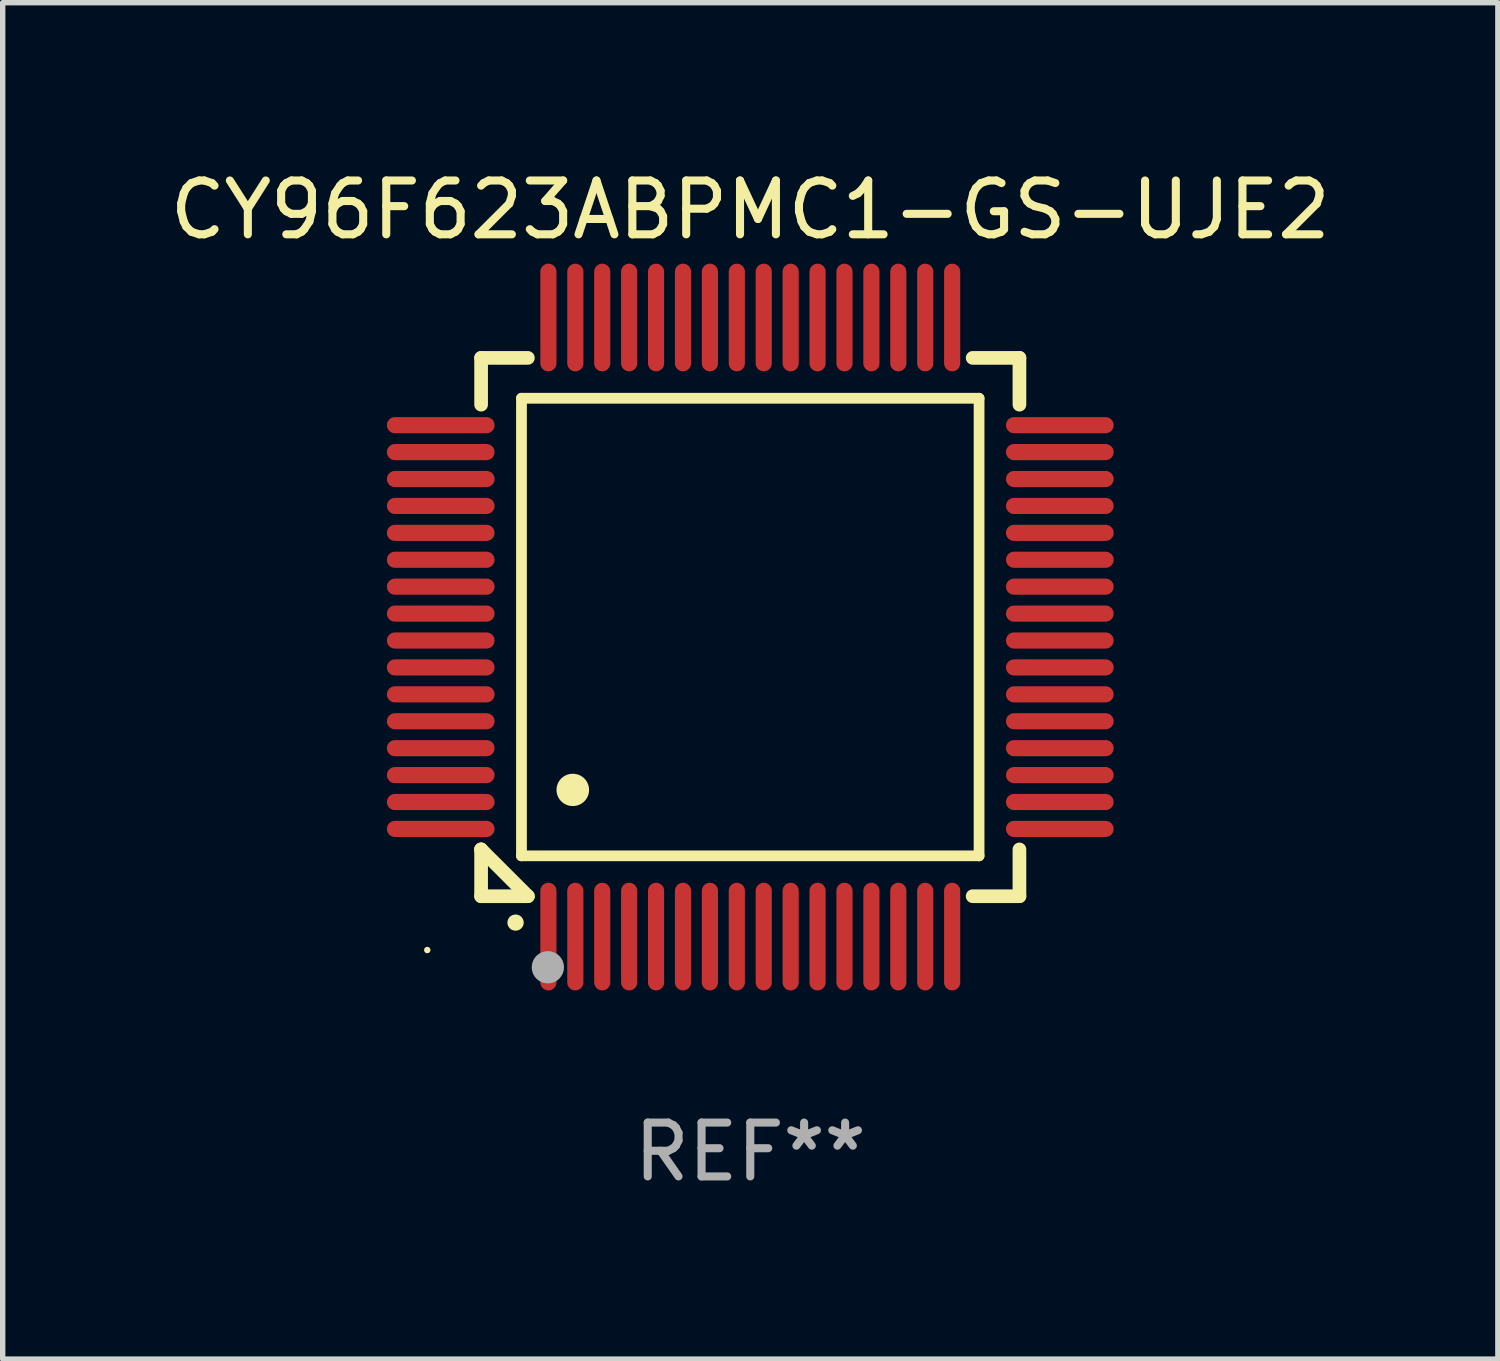
<source format=kicad_pcb>
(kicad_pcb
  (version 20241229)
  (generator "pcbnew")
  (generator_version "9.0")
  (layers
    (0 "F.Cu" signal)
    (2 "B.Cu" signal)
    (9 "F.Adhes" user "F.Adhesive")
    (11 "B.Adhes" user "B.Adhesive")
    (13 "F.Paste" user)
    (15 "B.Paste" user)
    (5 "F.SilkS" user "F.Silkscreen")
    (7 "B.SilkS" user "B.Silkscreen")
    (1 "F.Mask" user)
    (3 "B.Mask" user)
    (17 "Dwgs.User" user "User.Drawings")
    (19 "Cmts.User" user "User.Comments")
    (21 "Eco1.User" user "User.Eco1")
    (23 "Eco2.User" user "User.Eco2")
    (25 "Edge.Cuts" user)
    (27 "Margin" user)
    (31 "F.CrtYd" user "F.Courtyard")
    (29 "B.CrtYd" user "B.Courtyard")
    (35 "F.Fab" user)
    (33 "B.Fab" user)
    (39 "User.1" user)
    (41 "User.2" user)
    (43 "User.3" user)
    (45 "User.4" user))
  (footprint "CY96F623ABPMC1-GS-UJE2"
    (layer "F.Cu")
    (at 10.887 8.598)
    (property "Reference" "CY96F623ABPMC1-GS-UJE2" (at 0 -7.75 0) (layer "F.SilkS") (effects (font (size 1 1) (thickness 0.15))))
    (attr through_hole)
    (fp_line (start -5 -5) (end -4.131 -5) (stroke (width 0.254) (type solid)) (layer "F.SilkS"))
    (fp_line (start -5 -4.131) (end -5 -5) (stroke (width 0.254) (type solid)) (layer "F.SilkS"))
    (fp_line (start -5 4.131) (end -5 4.131) (stroke (width 0.254) (type solid)) (layer "F.SilkS"))
    (fp_line (start -5 5) (end -5 4.131) (stroke (width 0.254) (type solid)) (layer "F.SilkS"))
    (fp_line (start -5 4.131) (end -4.131 5) (stroke (width 0.254) (type solid)) (layer "F.SilkS"))
    (fp_line (start -4.25 -4.25) (end -4.25 4.25) (stroke (width 0.2) (type solid)) (layer "F.SilkS"))
    (fp_line (start -4.25 4.25) (end 4.25 4.25) (stroke (width 0.2) (type solid)) (layer "F.SilkS"))
    (fp_line (start -4.131 5) (end -5 5) (stroke (width 0.254) (type solid)) (layer "F.SilkS"))
    (fp_line (start 4.25 -4.25) (end -4.25 -4.25) (stroke (width 0.2) (type solid)) (layer "F.SilkS"))
    (fp_line (start 4.25 4.25) (end 4.25 -4.25) (stroke (width 0.2) (type solid)) (layer "F.SilkS"))
    (fp_line (start 5 -5) (end 4.131 -5) (stroke (width 0.254) (type solid)) (layer "F.SilkS"))
    (fp_line (start 5 -5) (end 5 -4.131) (stroke (width 0.254) (type solid)) (layer "F.SilkS"))
    (fp_line (start 5 4.131) (end 5 5) (stroke (width 0.254) (type solid)) (layer "F.SilkS"))
    (fp_line (start 5 5) (end 4.131 5) (stroke (width 0.254) (type solid)) (layer "F.SilkS"))
    (fp_arc (start -4.361265 5.489992) (mid -4.359995 5.489987) (end -4.358725 5.489992) (stroke (width 0.3) (type solid)) (layer "F.SilkS"))
    (fp_arc (start -3.299467 3.025146) (mid -3.296927 3.025135) (end -3.294387 3.025146) (stroke (width 0.6) (type solid)) (layer "F.SilkS"))
    (fp_circle (center -6 6) (end -5.97 6) (stroke (width 0.06) (type solid)) (fill no) (layer "F.SilkS"))
    (fp_circle (center -3.76 6.32) (end -3.61 6.32) (stroke (width 0.3) (type solid)) (fill no) (layer "F.Fab"))
    (fp_text user "REF**" (at 0 9.75 0) (layer "F.Fab") (effects (font (size 1 1) (thickness 0.15))))
    (pad "1" smd oval (at -3.75 5.75) (size 0.3 2) (layers "F.Cu" "F.Mask" "F.Paste"))
    (pad "2" smd oval (at -3.25 5.75) (size 0.3 2) (layers "F.Cu" "F.Mask" "F.Paste"))
    (pad "3" smd oval (at -2.75 5.75) (size 0.3 2) (layers "F.Cu" "F.Mask" "F.Paste"))
    (pad "4" smd oval (at -2.25 5.75) (size 0.3 2) (layers "F.Cu" "F.Mask" "F.Paste"))
    (pad "5" smd oval (at -1.75 5.75) (size 0.3 2) (layers "F.Cu" "F.Mask" "F.Paste"))
    (pad "6" smd oval (at -1.25 5.75) (size 0.3 2) (layers "F.Cu" "F.Mask" "F.Paste"))
    (pad "7" smd oval (at -0.75 5.75) (size 0.3 2) (layers "F.Cu" "F.Mask" "F.Paste"))
    (pad "8" smd oval (at -0.25 5.75) (size 0.3 2) (layers "F.Cu" "F.Mask" "F.Paste"))
    (pad "9" smd oval (at 0.25 5.75) (size 0.3 2) (layers "F.Cu" "F.Mask" "F.Paste"))
    (pad "10" smd oval (at 0.75 5.75) (size 0.3 2) (layers "F.Cu" "F.Mask" "F.Paste"))
    (pad "11" smd oval (at 1.25 5.75) (size 0.3 2) (layers "F.Cu" "F.Mask" "F.Paste"))
    (pad "12" smd oval (at 1.75 5.75) (size 0.3 2) (layers "F.Cu" "F.Mask" "F.Paste"))
    (pad "13" smd oval (at 2.25 5.75) (size 0.3 2) (layers "F.Cu" "F.Mask" "F.Paste"))
    (pad "14" smd oval (at 2.75 5.75) (size 0.3 2) (layers "F.Cu" "F.Mask" "F.Paste"))
    (pad "15" smd oval (at 3.25 5.75) (size 0.3 2) (layers "F.Cu" "F.Mask" "F.Paste"))
    (pad "16" smd oval (at 3.75 5.75) (size 0.3 2) (layers "F.Cu" "F.Mask" "F.Paste"))
    (pad "17" smd oval (at 5.75 3.75) (size 2 0.3) (layers "F.Cu" "F.Mask" "F.Paste"))
    (pad "18" smd oval (at 5.75 3.25) (size 2 0.3) (layers "F.Cu" "F.Mask" "F.Paste"))
    (pad "19" smd oval (at 5.75 2.75) (size 2 0.3) (layers "F.Cu" "F.Mask" "F.Paste"))
    (pad "20" smd oval (at 5.75 2.25) (size 2 0.3) (layers "F.Cu" "F.Mask" "F.Paste"))
    (pad "21" smd oval (at 5.75 1.75) (size 2 0.3) (layers "F.Cu" "F.Mask" "F.Paste"))
    (pad "22" smd oval (at 5.75 1.25) (size 2 0.3) (layers "F.Cu" "F.Mask" "F.Paste"))
    (pad "23" smd oval (at 5.75 0.75) (size 2 0.3) (layers "F.Cu" "F.Mask" "F.Paste"))
    (pad "24" smd oval (at 5.75 0.25) (size 2 0.3) (layers "F.Cu" "F.Mask" "F.Paste"))
    (pad "25" smd oval (at 5.75 -0.25) (size 2 0.3) (layers "F.Cu" "F.Mask" "F.Paste"))
    (pad "26" smd oval (at 5.75 -0.75) (size 2 0.3) (layers "F.Cu" "F.Mask" "F.Paste"))
    (pad "27" smd oval (at 5.75 -1.25) (size 2 0.3) (layers "F.Cu" "F.Mask" "F.Paste"))
    (pad "28" smd oval (at 5.75 -1.75) (size 2 0.3) (layers "F.Cu" "F.Mask" "F.Paste"))
    (pad "29" smd oval (at 5.75 -2.25) (size 2 0.3) (layers "F.Cu" "F.Mask" "F.Paste"))
    (pad "30" smd oval (at 5.75 -2.75) (size 2 0.3) (layers "F.Cu" "F.Mask" "F.Paste"))
    (pad "31" smd oval (at 5.75 -3.25) (size 2 0.3) (layers "F.Cu" "F.Mask" "F.Paste"))
    (pad "32" smd oval (at 5.75 -3.75) (size 2 0.3) (layers "F.Cu" "F.Mask" "F.Paste"))
    (pad "33" smd oval (at 3.75 -5.75) (size 0.3 2) (layers "F.Cu" "F.Mask" "F.Paste"))
    (pad "34" smd oval (at 3.25 -5.75) (size 0.3 2) (layers "F.Cu" "F.Mask" "F.Paste"))
    (pad "35" smd oval (at 2.75 -5.75) (size 0.3 2) (layers "F.Cu" "F.Mask" "F.Paste"))
    (pad "36" smd oval (at 2.25 -5.75) (size 0.3 2) (layers "F.Cu" "F.Mask" "F.Paste"))
    (pad "37" smd oval (at 1.75 -5.75) (size 0.3 2) (layers "F.Cu" "F.Mask" "F.Paste"))
    (pad "38" smd oval (at 1.25 -5.75) (size 0.3 2) (layers "F.Cu" "F.Mask" "F.Paste"))
    (pad "39" smd oval (at 0.75 -5.75) (size 0.3 2) (layers "F.Cu" "F.Mask" "F.Paste"))
    (pad "40" smd oval (at 0.25 -5.75) (size 0.3 2) (layers "F.Cu" "F.Mask" "F.Paste"))
    (pad "41" smd oval (at -0.25 -5.75) (size 0.3 2) (layers "F.Cu" "F.Mask" "F.Paste"))
    (pad "42" smd oval (at -0.75 -5.75) (size 0.3 2) (layers "F.Cu" "F.Mask" "F.Paste"))
    (pad "43" smd oval (at -1.25 -5.75) (size 0.3 2) (layers "F.Cu" "F.Mask" "F.Paste"))
    (pad "44" smd oval (at -1.75 -5.75) (size 0.3 2) (layers "F.Cu" "F.Mask" "F.Paste"))
    (pad "45" smd oval (at -2.25 -5.75) (size 0.3 2) (layers "F.Cu" "F.Mask" "F.Paste"))
    (pad "46" smd oval (at -2.75 -5.75) (size 0.3 2) (layers "F.Cu" "F.Mask" "F.Paste"))
    (pad "47" smd oval (at -3.25 -5.75) (size 0.3 2) (layers "F.Cu" "F.Mask" "F.Paste"))
    (pad "48" smd oval (at -3.75 -5.75) (size 0.3 2) (layers "F.Cu" "F.Mask" "F.Paste"))
    (pad "49" smd oval (at -5.75 -3.75) (size 2 0.3) (layers "F.Cu" "F.Mask" "F.Paste"))
    (pad "50" smd oval (at -5.75 -3.25) (size 2 0.3) (layers "F.Cu" "F.Mask" "F.Paste"))
    (pad "51" smd oval (at -5.75 -2.75) (size 2 0.3) (layers "F.Cu" "F.Mask" "F.Paste"))
    (pad "52" smd oval (at -5.75 -2.25) (size 2 0.3) (layers "F.Cu" "F.Mask" "F.Paste"))
    (pad "53" smd oval (at -5.75 -1.75) (size 2 0.3) (layers "F.Cu" "F.Mask" "F.Paste"))
    (pad "54" smd oval (at -5.75 -1.25) (size 2 0.3) (layers "F.Cu" "F.Mask" "F.Paste"))
    (pad "55" smd oval (at -5.75 -0.75) (size 2 0.3) (layers "F.Cu" "F.Mask" "F.Paste"))
    (pad "56" smd oval (at -5.75 -0.25) (size 2 0.3) (layers "F.Cu" "F.Mask" "F.Paste"))
    (pad "57" smd oval (at -5.75 0.25) (size 2 0.3) (layers "F.Cu" "F.Mask" "F.Paste"))
    (pad "58" smd oval (at -5.75 0.75) (size 2 0.3) (layers "F.Cu" "F.Mask" "F.Paste"))
    (pad "59" smd oval (at -5.75 1.25) (size 2 0.3) (layers "F.Cu" "F.Mask" "F.Paste"))
    (pad "60" smd oval (at -5.75 1.75) (size 2 0.3) (layers "F.Cu" "F.Mask" "F.Paste"))
    (pad "61" smd oval (at -5.75 2.25) (size 2 0.3) (layers "F.Cu" "F.Mask" "F.Paste"))
    (pad "62" smd oval (at -5.75 2.75) (size 2 0.3) (layers "F.Cu" "F.Mask" "F.Paste"))
    (pad "63" smd oval (at -5.75 3.25) (size 2 0.3) (layers "F.Cu" "F.Mask" "F.Paste"))
    (pad "64" smd oval (at -5.75 3.75) (size 2 0.3) (layers "F.Cu" "F.Mask" "F.Paste")))
  (gr_rect
    (start -3 -3)
    (end 24.774 22.196)
    (stroke (width 0.1) (type default))
    (fill no)
    (layer "Edge.Cuts")))
</source>
